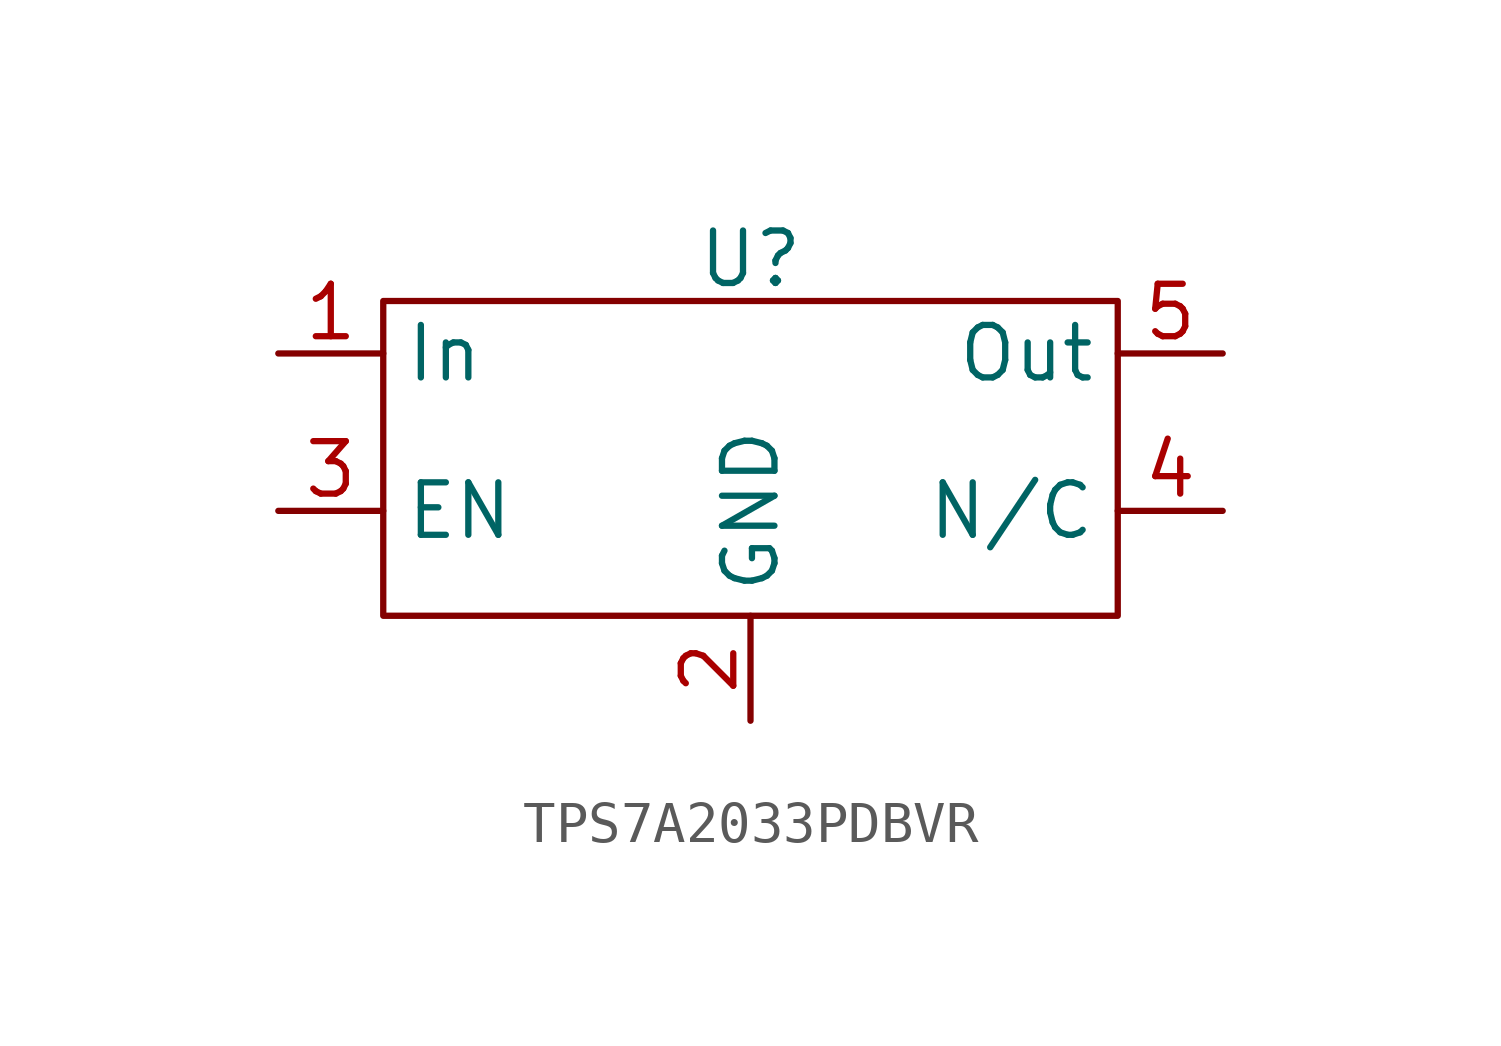
<source format=kicad_sym>
(kicad_symbol_lib
  (version 20241209)
  (generator "kicad_symbol_editor")
  (generator_version "9.0")
  (symbol "TPS7A2033PDBVR"
    (property "Reference" "U"
      (at 0 8.636 0)
      (effects (font (size 1.27 1.27))))
    (property "Value" ""
      (at 0 0 0)
      (effects (font (size 1.27 1.27))))
    (symbol "TPS7A2033PDBVR_0_1"
      (rectangle (start -8.89 7.62) (end 8.89 0) (stroke (width 0) (type default)) (fill (type none))))
    (symbol "TPS7A2033PDBVR_1_1"
      (pin input line (at -11.43 6.35 0) (length 2.54) (name "In" (effects (font (size 1.27 1.27)))) (number "1" (effects (font (size 1.27 1.27)))))
      (pin input line (at -11.43 2.54 0) (length 2.54) (name "EN" (effects (font (size 1.27 1.27)))) (number "3" (effects (font (size 1.27 1.27)))))
      (pin input line (at 0 -2.54 90) (length 2.54) (name "GND" (effects (font (size 1.27 1.27)))) (number "2" (effects (font (size 1.27 1.27)))))
      (pin input line (at 11.43 6.35 180) (length 2.54) (name "Out" (effects (font (size 1.27 1.27)))) (number "5" (effects (font (size 1.27 1.27)))))
      (pin input line (at 11.43 2.54 180) (length 2.54) (name "N/C" (effects (font (size 1.27 1.27)))) (number "4" (effects (font (size 1.27 1.27))))))))
</source>
